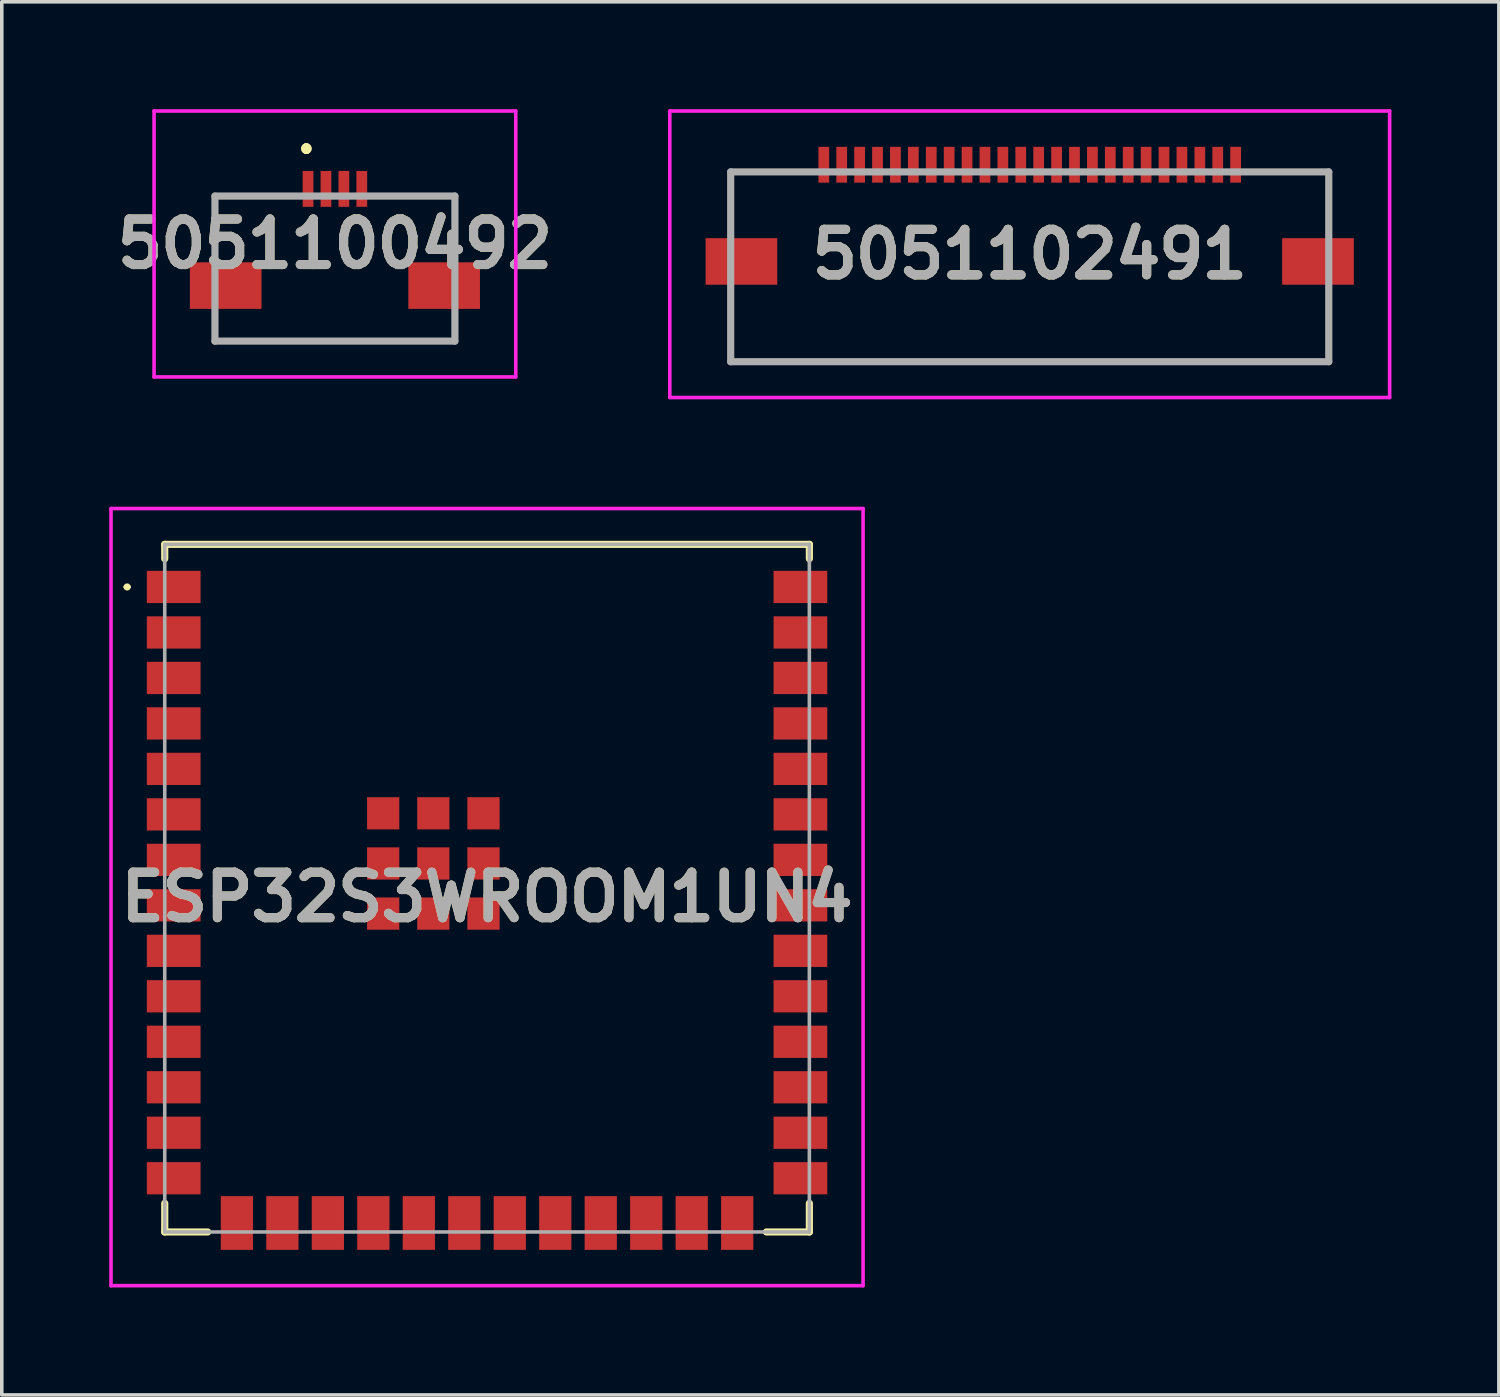
<source format=kicad_pcb>
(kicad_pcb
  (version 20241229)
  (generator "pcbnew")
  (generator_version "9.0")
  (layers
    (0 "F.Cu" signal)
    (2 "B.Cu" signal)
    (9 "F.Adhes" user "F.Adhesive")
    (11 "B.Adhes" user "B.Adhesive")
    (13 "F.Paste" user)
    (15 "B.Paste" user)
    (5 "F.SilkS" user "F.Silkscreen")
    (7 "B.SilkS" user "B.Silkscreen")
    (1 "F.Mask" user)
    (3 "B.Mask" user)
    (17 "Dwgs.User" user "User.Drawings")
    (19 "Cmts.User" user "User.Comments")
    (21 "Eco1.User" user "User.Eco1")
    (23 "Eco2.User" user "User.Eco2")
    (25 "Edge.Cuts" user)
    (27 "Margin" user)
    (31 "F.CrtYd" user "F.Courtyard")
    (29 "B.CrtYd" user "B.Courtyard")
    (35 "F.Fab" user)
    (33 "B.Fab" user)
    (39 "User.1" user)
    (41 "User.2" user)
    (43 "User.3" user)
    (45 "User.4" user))
  (footprint "5051102491"
    (layer "F.Cu")
    (at 25.703 4.25)
    (property "Reference" "5051102491" (at 0 -0.2 0) (layer "F.SilkS") (effects (font (size 1.27 1.27) (thickness 0.254))))
    (attr smd)
    (fp_line (start -8.35 -2.5) (end -7 -2.5) (stroke (width 0.1) (type solid)) (layer "F.SilkS"))
    (fp_line (start -8.35 -1) (end -8.35 -2.5) (stroke (width 0.1) (type solid)) (layer "F.SilkS"))
    (fp_line (start -8.35 1) (end -8.35 2.8) (stroke (width 0.1) (type solid)) (layer "F.SilkS"))
    (fp_line (start -8.35 2.8) (end 8.35 2.8) (stroke (width 0.1) (type solid)) (layer "F.SilkS"))
    (fp_line (start 7 -2.5) (end 8.35 -2.5) (stroke (width 0.1) (type solid)) (layer "F.SilkS"))
    (fp_line (start 8.35 -2.5) (end 8.35 -1) (stroke (width 0.1) (type solid)) (layer "F.SilkS"))
    (fp_line (start 8.35 2.8) (end 8.35 1) (stroke (width 0.1) (type solid)) (layer "F.SilkS"))
    (fp_line (start -10.05 -4.2) (end 10.05 -4.2) (stroke (width 0.1) (type solid)) (layer "F.CrtYd"))
    (fp_line (start -10.05 3.8) (end -10.05 -4.2) (stroke (width 0.1) (type solid)) (layer "F.CrtYd"))
    (fp_line (start 10.05 -4.2) (end 10.05 3.8) (stroke (width 0.1) (type solid)) (layer "F.CrtYd"))
    (fp_line (start 10.05 3.8) (end -10.05 3.8) (stroke (width 0.1) (type solid)) (layer "F.CrtYd"))
    (fp_line (start -8.35 -2.5) (end 8.35 -2.5) (stroke (width 0.2) (type solid)) (layer "F.Fab"))
    (fp_line (start -8.35 2.8) (end -8.35 -2.5) (stroke (width 0.2) (type solid)) (layer "F.Fab"))
    (fp_line (start 8.35 -2.5) (end 8.35 2.8) (stroke (width 0.2) (type solid)) (layer "F.Fab"))
    (fp_line (start 8.35 2.8) (end -8.35 2.8) (stroke (width 0.2) (type solid)) (layer "F.Fab"))
    (fp_text user "${REFERENCE}" (at 0 -0.2 0) (layer "F.Fab") (effects (font (size 1.27 1.27) (thickness 0.254))))
    (pad "1" smd rect (at -5.75 -2.7) (size 0.3 1) (layers "F.Cu" "F.Mask" "F.Paste"))
    (pad "2" smd rect (at -5.25 -2.7) (size 0.3 1) (layers "F.Cu" "F.Mask" "F.Paste"))
    (pad "3" smd rect (at -4.75 -2.7) (size 0.3 1) (layers "F.Cu" "F.Mask" "F.Paste"))
    (pad "4" smd rect (at -4.25 -2.7) (size 0.3 1) (layers "F.Cu" "F.Mask" "F.Paste"))
    (pad "5" smd rect (at -3.75 -2.7) (size 0.3 1) (layers "F.Cu" "F.Mask" "F.Paste"))
    (pad "6" smd rect (at -3.25 -2.7) (size 0.3 1) (layers "F.Cu" "F.Mask" "F.Paste"))
    (pad "7" smd rect (at -2.75 -2.7) (size 0.3 1) (layers "F.Cu" "F.Mask" "F.Paste"))
    (pad "8" smd rect (at -2.25 -2.7) (size 0.3 1) (layers "F.Cu" "F.Mask" "F.Paste"))
    (pad "9" smd rect (at -1.75 -2.7) (size 0.3 1) (layers "F.Cu" "F.Mask" "F.Paste"))
    (pad "10" smd rect (at -1.25 -2.7) (size 0.3 1) (layers "F.Cu" "F.Mask" "F.Paste"))
    (pad "11" smd rect (at -0.75 -2.7) (size 0.3 1) (layers "F.Cu" "F.Mask" "F.Paste"))
    (pad "12" smd rect (at -0.25 -2.7) (size 0.3 1) (layers "F.Cu" "F.Mask" "F.Paste"))
    (pad "13" smd rect (at 0.25 -2.7) (size 0.3 1) (layers "F.Cu" "F.Mask" "F.Paste"))
    (pad "14" smd rect (at 0.75 -2.7) (size 0.3 1) (layers "F.Cu" "F.Mask" "F.Paste"))
    (pad "15" smd rect (at 1.25 -2.7) (size 0.3 1) (layers "F.Cu" "F.Mask" "F.Paste"))
    (pad "16" smd rect (at 1.75 -2.7) (size 0.3 1) (layers "F.Cu" "F.Mask" "F.Paste"))
    (pad "17" smd rect (at 2.25 -2.7) (size 0.3 1) (layers "F.Cu" "F.Mask" "F.Paste"))
    (pad "18" smd rect (at 2.75 -2.7) (size 0.3 1) (layers "F.Cu" "F.Mask" "F.Paste"))
    (pad "19" smd rect (at 3.25 -2.7) (size 0.3 1) (layers "F.Cu" "F.Mask" "F.Paste"))
    (pad "20" smd rect (at 3.75 -2.7) (size 0.3 1) (layers "F.Cu" "F.Mask" "F.Paste"))
    (pad "21" smd rect (at 4.25 -2.7) (size 0.3 1) (layers "F.Cu" "F.Mask" "F.Paste"))
    (pad "22" smd rect (at 4.75 -2.7) (size 0.3 1) (layers "F.Cu" "F.Mask" "F.Paste"))
    (pad "23" smd rect (at 5.25 -2.7) (size 0.3 1) (layers "F.Cu" "F.Mask" "F.Paste"))
    (pad "24" smd rect (at 5.75 -2.7) (size 0.3 1) (layers "F.Cu" "F.Mask" "F.Paste"))
    (pad "25" smd rect (at 8.05 0 90) (size 1.3 2) (layers "F.Cu" "F.Mask" "F.Paste"))
    (pad "26" smd rect (at -8.05 0 90) (size 1.3 2) (layers "F.Cu" "F.Mask" "F.Paste")))
  (footprint "5051100492"
    (layer "F.Cu")
    (at 6.302 4.45)
    (property "Reference" "5051100492" (at 0 -0.688 0) (layer "F.SilkS") (effects (font (size 1.27 1.27) (thickness 0.254))))
    (attr smd)
    (fp_line (start -3.35 -2.025) (end -3.35 -2.025) (stroke (width 0.1) (type solid)) (layer "F.SilkS"))
    (fp_line (start -3.35 -2.025) (end -3.35 -2.025) (stroke (width 0.1) (type solid)) (layer "F.SilkS"))
    (fp_line (start -3.35 -2.025) (end -3.35 -0.75) (stroke (width 0.1) (type solid)) (layer "F.SilkS"))
    (fp_line (start -3.35 -2.025) (end -1.5 -2.025) (stroke (width 0.1) (type solid)) (layer "F.SilkS"))
    (fp_line (start -3.35 -0.75) (end -3.35 -2.025) (stroke (width 0.1) (type solid)) (layer "F.SilkS"))
    (fp_line (start -3.35 -0.75) (end -3.35 -0.75) (stroke (width 0.1) (type solid)) (layer "F.SilkS"))
    (fp_line (start -3.35 1.75) (end -3.35 1.75) (stroke (width 0.1) (type solid)) (layer "F.SilkS"))
    (fp_line (start -3.35 1.75) (end -3.35 2) (stroke (width 0.1) (type solid)) (layer "F.SilkS"))
    (fp_line (start -3.35 2) (end -3.35 1.75) (stroke (width 0.1) (type solid)) (layer "F.SilkS"))
    (fp_line (start -3.35 2) (end -3.35 2) (stroke (width 0.1) (type solid)) (layer "F.SilkS"))
    (fp_line (start -3.35 2.025) (end -3.35 2.025) (stroke (width 0.1) (type solid)) (layer "F.SilkS"))
    (fp_line (start -3.35 2.025) (end 3.35 2.025) (stroke (width 0.1) (type solid)) (layer "F.SilkS"))
    (fp_line (start -1.5 -2.025) (end -3.35 -2.025) (stroke (width 0.1) (type solid)) (layer "F.SilkS"))
    (fp_line (start -1.5 -2.025) (end -1.5 -2.025) (stroke (width 0.1) (type solid)) (layer "F.SilkS"))
    (fp_line (start -0.8 -3.4) (end -0.8 -3.4) (stroke (width 0.2) (type solid)) (layer "F.SilkS"))
    (fp_line (start -0.8 -3.3) (end -0.8 -3.3) (stroke (width 0.2) (type solid)) (layer "F.SilkS"))
    (fp_line (start -0.8 -3.3) (end -0.8 -3.3) (stroke (width 0.2) (type solid)) (layer "F.SilkS"))
    (fp_line (start 1.5 -2.025) (end 1.5 -2.025) (stroke (width 0.1) (type solid)) (layer "F.SilkS"))
    (fp_line (start 1.5 -2.025) (end 3.35 -2.025) (stroke (width 0.1) (type solid)) (layer "F.SilkS"))
    (fp_line (start 3.35 -2.025) (end 1.5 -2.025) (stroke (width 0.1) (type solid)) (layer "F.SilkS"))
    (fp_line (start 3.35 -2.025) (end 3.35 -2.025) (stroke (width 0.1) (type solid)) (layer "F.SilkS"))
    (fp_line (start 3.35 -2.025) (end 3.35 -2.025) (stroke (width 0.1) (type solid)) (layer "F.SilkS"))
    (fp_line (start 3.35 -2.025) (end 3.35 -0.75) (stroke (width 0.1) (type solid)) (layer "F.SilkS"))
    (fp_line (start 3.35 -0.75) (end 3.35 -2.025) (stroke (width 0.1) (type solid)) (layer "F.SilkS"))
    (fp_line (start 3.35 -0.75) (end 3.35 -0.75) (stroke (width 0.1) (type solid)) (layer "F.SilkS"))
    (fp_line (start 3.35 1.75) (end 3.35 1.75) (stroke (width 0.1) (type solid)) (layer "F.SilkS"))
    (fp_line (start 3.35 1.75) (end 3.35 2.025) (stroke (width 0.1) (type solid)) (layer "F.SilkS"))
    (fp_line (start 3.35 2.025) (end -3.35 2.025) (stroke (width 0.1) (type solid)) (layer "F.SilkS"))
    (fp_line (start 3.35 2.025) (end 3.35 1.75) (stroke (width 0.1) (type solid)) (layer "F.SilkS"))
    (fp_line (start 3.35 2.025) (end 3.35 2.025) (stroke (width 0.1) (type solid)) (layer "F.SilkS"))
    (fp_line (start 3.35 2.025) (end 3.35 2.025) (stroke (width 0.1) (type solid)) (layer "F.SilkS"))
    (fp_arc (start -0.8 -3.4) (mid -0.75 -3.35) (end -0.8 -3.3) (stroke (width 0.2) (type solid)) (layer "F.SilkS"))
    (fp_arc (start -0.8 -3.4) (mid -0.75 -3.35) (end -0.8 -3.3) (stroke (width 0.2) (type solid)) (layer "F.SilkS"))
    (fp_arc (start -0.8 -3.3) (mid -0.85 -3.35) (end -0.8 -3.4) (stroke (width 0.2) (type solid)) (layer "F.SilkS"))
    (fp_line (start -5.05 -4.4) (end 5.05 -4.4) (stroke (width 0.1) (type solid)) (layer "F.CrtYd"))
    (fp_line (start -5.05 3.025) (end -5.05 -4.4) (stroke (width 0.1) (type solid)) (layer "F.CrtYd"))
    (fp_line (start 5.05 -4.4) (end 5.05 3.025) (stroke (width 0.1) (type solid)) (layer "F.CrtYd"))
    (fp_line (start 5.05 3.025) (end -5.05 3.025) (stroke (width 0.1) (type solid)) (layer "F.CrtYd"))
    (fp_line (start -3.35 -2.025) (end -3.35 2.025) (stroke (width 0.2) (type solid)) (layer "F.Fab"))
    (fp_line (start -3.35 2.025) (end 3.35 2.025) (stroke (width 0.2) (type solid)) (layer "F.Fab"))
    (fp_line (start 3.35 -2.025) (end -3.35 -2.025) (stroke (width 0.2) (type solid)) (layer "F.Fab"))
    (fp_line (start 3.35 2.025) (end 3.35 -2.025) (stroke (width 0.2) (type solid)) (layer "F.Fab"))
    (fp_text user "${REFERENCE}" (at 0 -0.688 0) (layer "F.Fab") (effects (font (size 1.27 1.27) (thickness 0.254))))
    (pad "1" smd rect (at -0.75 -2.225) (size 0.3 1) (layers "F.Cu" "F.Mask" "F.Paste"))
    (pad "2" smd rect (at -0.25 -2.225) (size 0.3 1) (layers "F.Cu" "F.Mask" "F.Paste"))
    (pad "3" smd rect (at 0.25 -2.225) (size 0.3 1) (layers "F.Cu" "F.Mask" "F.Paste"))
    (pad "4" smd rect (at 0.75 -2.225) (size 0.3 1) (layers "F.Cu" "F.Mask" "F.Paste"))
    (pad "MP1" smd rect (at -3.05 0.475 90) (size 1.3 2) (layers "F.Cu" "F.Mask" "F.Paste"))
    (pad "MP2" smd rect (at 3.05 0.475 90) (size 1.3 2) (layers "F.Cu" "F.Mask" "F.Paste")))
  (footprint "ESP32S3WROOM1UN4"
    (layer "F.Cu")
    (at 10.55 22)
    (property "Reference" "ESP32S3WROOM1UN4" (at 0 0 0) (layer "F.SilkS") (effects (font (size 1.27 1.27) (thickness 0.254))))
    (attr smd)
    (fp_line (start -10.1 -8.66) (end -10.1 -8.66) (stroke (width 0.1) (type solid)) (layer "F.SilkS"))
    (fp_line (start -10 -8.66) (end -10 -8.66) (stroke (width 0.1) (type solid)) (layer "F.SilkS"))
    (fp_line (start -9 -9.85) (end 9 -9.85) (stroke (width 0.2) (type solid)) (layer "F.SilkS"))
    (fp_line (start -9 -9.45) (end -9 -9.85) (stroke (width 0.2) (type solid)) (layer "F.SilkS"))
    (fp_line (start -9 8.55) (end -9 9.35) (stroke (width 0.2) (type solid)) (layer "F.SilkS"))
    (fp_line (start -9 9.35) (end -7.8 9.35) (stroke (width 0.2) (type solid)) (layer "F.SilkS"))
    (fp_line (start 7.8 9.35) (end 9 9.35) (stroke (width 0.2) (type solid)) (layer "F.SilkS"))
    (fp_line (start 9 -9.85) (end 9 -9.45) (stroke (width 0.2) (type solid)) (layer "F.SilkS"))
    (fp_line (start 9 9.35) (end 9 8.55) (stroke (width 0.2) (type solid)) (layer "F.SilkS"))
    (fp_arc (start -10.1 -8.66) (mid -10.05 -8.71) (end -10 -8.66) (stroke (width 0.1) (type solid)) (layer "F.SilkS"))
    (fp_arc (start -10 -8.66) (mid -10.05 -8.61) (end -10.1 -8.66) (stroke (width 0.1) (type solid)) (layer "F.SilkS"))
    (fp_line (start -10.5 -10.85) (end 10.5 -10.85) (stroke (width 0.1) (type solid)) (layer "F.CrtYd"))
    (fp_line (start -10.5 10.85) (end -10.5 -10.85) (stroke (width 0.1) (type solid)) (layer "F.CrtYd"))
    (fp_line (start 10.5 -10.85) (end 10.5 10.85) (stroke (width 0.1) (type solid)) (layer "F.CrtYd"))
    (fp_line (start 10.5 10.85) (end -10.5 10.85) (stroke (width 0.1) (type solid)) (layer "F.CrtYd"))
    (fp_line (start -9 -9.85) (end -9 9.35) (stroke (width 0.1) (type solid)) (layer "F.Fab"))
    (fp_line (start -9 9.35) (end 9 9.35) (stroke (width 0.1) (type solid)) (layer "F.Fab"))
    (fp_line (start 9 -9.85) (end -9 -9.85) (stroke (width 0.1) (type solid)) (layer "F.Fab"))
    (fp_line (start 9 9.35) (end 9 -9.85) (stroke (width 0.1) (type solid)) (layer "F.Fab"))
    (fp_text user "${REFERENCE}" (at 0 0 0) (layer "F.Fab") (effects (font (size 1.27 1.27) (thickness 0.254))))
    (pad "1" smd rect (at -8.75 -8.66 90) (size 0.9 1.5) (layers "F.Cu" "F.Mask" "F.Paste"))
    (pad "2" smd rect (at -8.75 -7.39 90) (size 0.9 1.5) (layers "F.Cu" "F.Mask" "F.Paste"))
    (pad "3" smd rect (at -8.75 -6.12 90) (size 0.9 1.5) (layers "F.Cu" "F.Mask" "F.Paste"))
    (pad "4" smd rect (at -8.75 -4.85 90) (size 0.9 1.5) (layers "F.Cu" "F.Mask" "F.Paste"))
    (pad "5" smd rect (at -8.75 -3.58 90) (size 0.9 1.5) (layers "F.Cu" "F.Mask" "F.Paste"))
    (pad "6" smd rect (at -8.75 -2.31 90) (size 0.9 1.5) (layers "F.Cu" "F.Mask" "F.Paste"))
    (pad "7" smd rect (at -8.75 -1.04 90) (size 0.9 1.5) (layers "F.Cu" "F.Mask" "F.Paste"))
    (pad "8" smd rect (at -8.75 0.23 90) (size 0.9 1.5) (layers "F.Cu" "F.Mask" "F.Paste"))
    (pad "9" smd rect (at -8.75 1.5 90) (size 0.9 1.5) (layers "F.Cu" "F.Mask" "F.Paste"))
    (pad "10" smd rect (at -8.75 2.77 90) (size 0.9 1.5) (layers "F.Cu" "F.Mask" "F.Paste"))
    (pad "11" smd rect (at -8.75 4.04 90) (size 0.9 1.5) (layers "F.Cu" "F.Mask" "F.Paste"))
    (pad "12" smd rect (at -8.75 5.31 90) (size 0.9 1.5) (layers "F.Cu" "F.Mask" "F.Paste"))
    (pad "13" smd rect (at -8.75 6.58 90) (size 0.9 1.5) (layers "F.Cu" "F.Mask" "F.Paste"))
    (pad "14" smd rect (at -8.75 7.85 90) (size 0.9 1.5) (layers "F.Cu" "F.Mask" "F.Paste"))
    (pad "15" smd rect (at -6.985 9.1) (size 0.9 1.5) (layers "F.Cu" "F.Mask" "F.Paste"))
    (pad "16" smd rect (at -5.715 9.1) (size 0.9 1.5) (layers "F.Cu" "F.Mask" "F.Paste"))
    (pad "17" smd rect (at -4.445 9.1) (size 0.9 1.5) (layers "F.Cu" "F.Mask" "F.Paste"))
    (pad "18" smd rect (at -3.175 9.1) (size 0.9 1.5) (layers "F.Cu" "F.Mask" "F.Paste"))
    (pad "19" smd rect (at -1.905 9.1) (size 0.9 1.5) (layers "F.Cu" "F.Mask" "F.Paste"))
    (pad "20" smd rect (at -0.635 9.1) (size 0.9 1.5) (layers "F.Cu" "F.Mask" "F.Paste"))
    (pad "21" smd rect (at 0.635 9.1) (size 0.9 1.5) (layers "F.Cu" "F.Mask" "F.Paste"))
    (pad "22" smd rect (at 1.905 9.1) (size 0.9 1.5) (layers "F.Cu" "F.Mask" "F.Paste"))
    (pad "23" smd rect (at 3.175 9.1) (size 0.9 1.5) (layers "F.Cu" "F.Mask" "F.Paste"))
    (pad "24" smd rect (at 4.445 9.1) (size 0.9 1.5) (layers "F.Cu" "F.Mask" "F.Paste"))
    (pad "25" smd rect (at 5.715 9.1) (size 0.9 1.5) (layers "F.Cu" "F.Mask" "F.Paste"))
    (pad "26" smd rect (at 6.985 9.1) (size 0.9 1.5) (layers "F.Cu" "F.Mask" "F.Paste"))
    (pad "27" smd rect (at 8.75 7.85 90) (size 0.9 1.5) (layers "F.Cu" "F.Mask" "F.Paste"))
    (pad "28" smd rect (at 8.75 6.58 90) (size 0.9 1.5) (layers "F.Cu" "F.Mask" "F.Paste"))
    (pad "29" smd rect (at 8.75 5.31 90) (size 0.9 1.5) (layers "F.Cu" "F.Mask" "F.Paste"))
    (pad "30" smd rect (at 8.75 4.04 90) (size 0.9 1.5) (layers "F.Cu" "F.Mask" "F.Paste"))
    (pad "31" smd rect (at 8.75 2.77 90) (size 0.9 1.5) (layers "F.Cu" "F.Mask" "F.Paste"))
    (pad "32" smd rect (at 8.75 1.5 90) (size 0.9 1.5) (layers "F.Cu" "F.Mask" "F.Paste"))
    (pad "33" smd rect (at 8.75 0.23 90) (size 0.9 1.5) (layers "F.Cu" "F.Mask" "F.Paste"))
    (pad "34" smd rect (at 8.75 -1.04 90) (size 0.9 1.5) (layers "F.Cu" "F.Mask" "F.Paste"))
    (pad "35" smd rect (at 8.75 -2.31 90) (size 0.9 1.5) (layers "F.Cu" "F.Mask" "F.Paste"))
    (pad "36" smd rect (at 8.75 -3.58 90) (size 0.9 1.5) (layers "F.Cu" "F.Mask" "F.Paste"))
    (pad "37" smd rect (at 8.75 -4.85 90) (size 0.9 1.5) (layers "F.Cu" "F.Mask" "F.Paste"))
    (pad "38" smd rect (at 8.75 -6.12 90) (size 0.9 1.5) (layers "F.Cu" "F.Mask" "F.Paste"))
    (pad "39" smd rect (at 8.75 -7.39 90) (size 0.9 1.5) (layers "F.Cu" "F.Mask" "F.Paste"))
    (pad "40" smd rect (at 8.75 -8.66 90) (size 0.9 1.5) (layers "F.Cu" "F.Mask" "F.Paste"))
    (pad "41" smd rect (at -1.5 -0.94 90) (size 0.9 0.9) (layers "F.Cu" "F.Mask" "F.Paste"))
    (pad "42" smd rect (at -0.1 -0.94 90) (size 0.9 0.9) (layers "F.Cu" "F.Mask" "F.Paste"))
    (pad "43" smd rect (at -0.1 -2.34 90) (size 0.9 0.9) (layers "F.Cu" "F.Mask" "F.Paste"))
    (pad "44" smd rect (at -1.5 -2.34 90) (size 0.9 0.9) (layers "F.Cu" "F.Mask" "F.Paste"))
    (pad "45" smd rect (at -2.9 -2.34 90) (size 0.9 0.9) (layers "F.Cu" "F.Mask" "F.Paste"))
    (pad "46" smd rect (at -2.9 -0.94 90) (size 0.9 0.9) (layers "F.Cu" "F.Mask" "F.Paste"))
    (pad "47" smd rect (at -2.9 0.46 90) (size 0.9 0.9) (layers "F.Cu" "F.Mask" "F.Paste"))
    (pad "48" smd rect (at -1.5 0.46 90) (size 0.9 0.9) (layers "F.Cu" "F.Mask" "F.Paste"))
    (pad "49" smd rect (at -0.1 0.46 90) (size 0.9 0.9) (layers "F.Cu" "F.Mask" "F.Paste")))
  (gr_rect
    (start -3 -3)
    (end 38.803 35.9)
    (stroke (width 0.1) (type default))
    (fill no)
    (layer "Edge.Cuts")))
</source>
